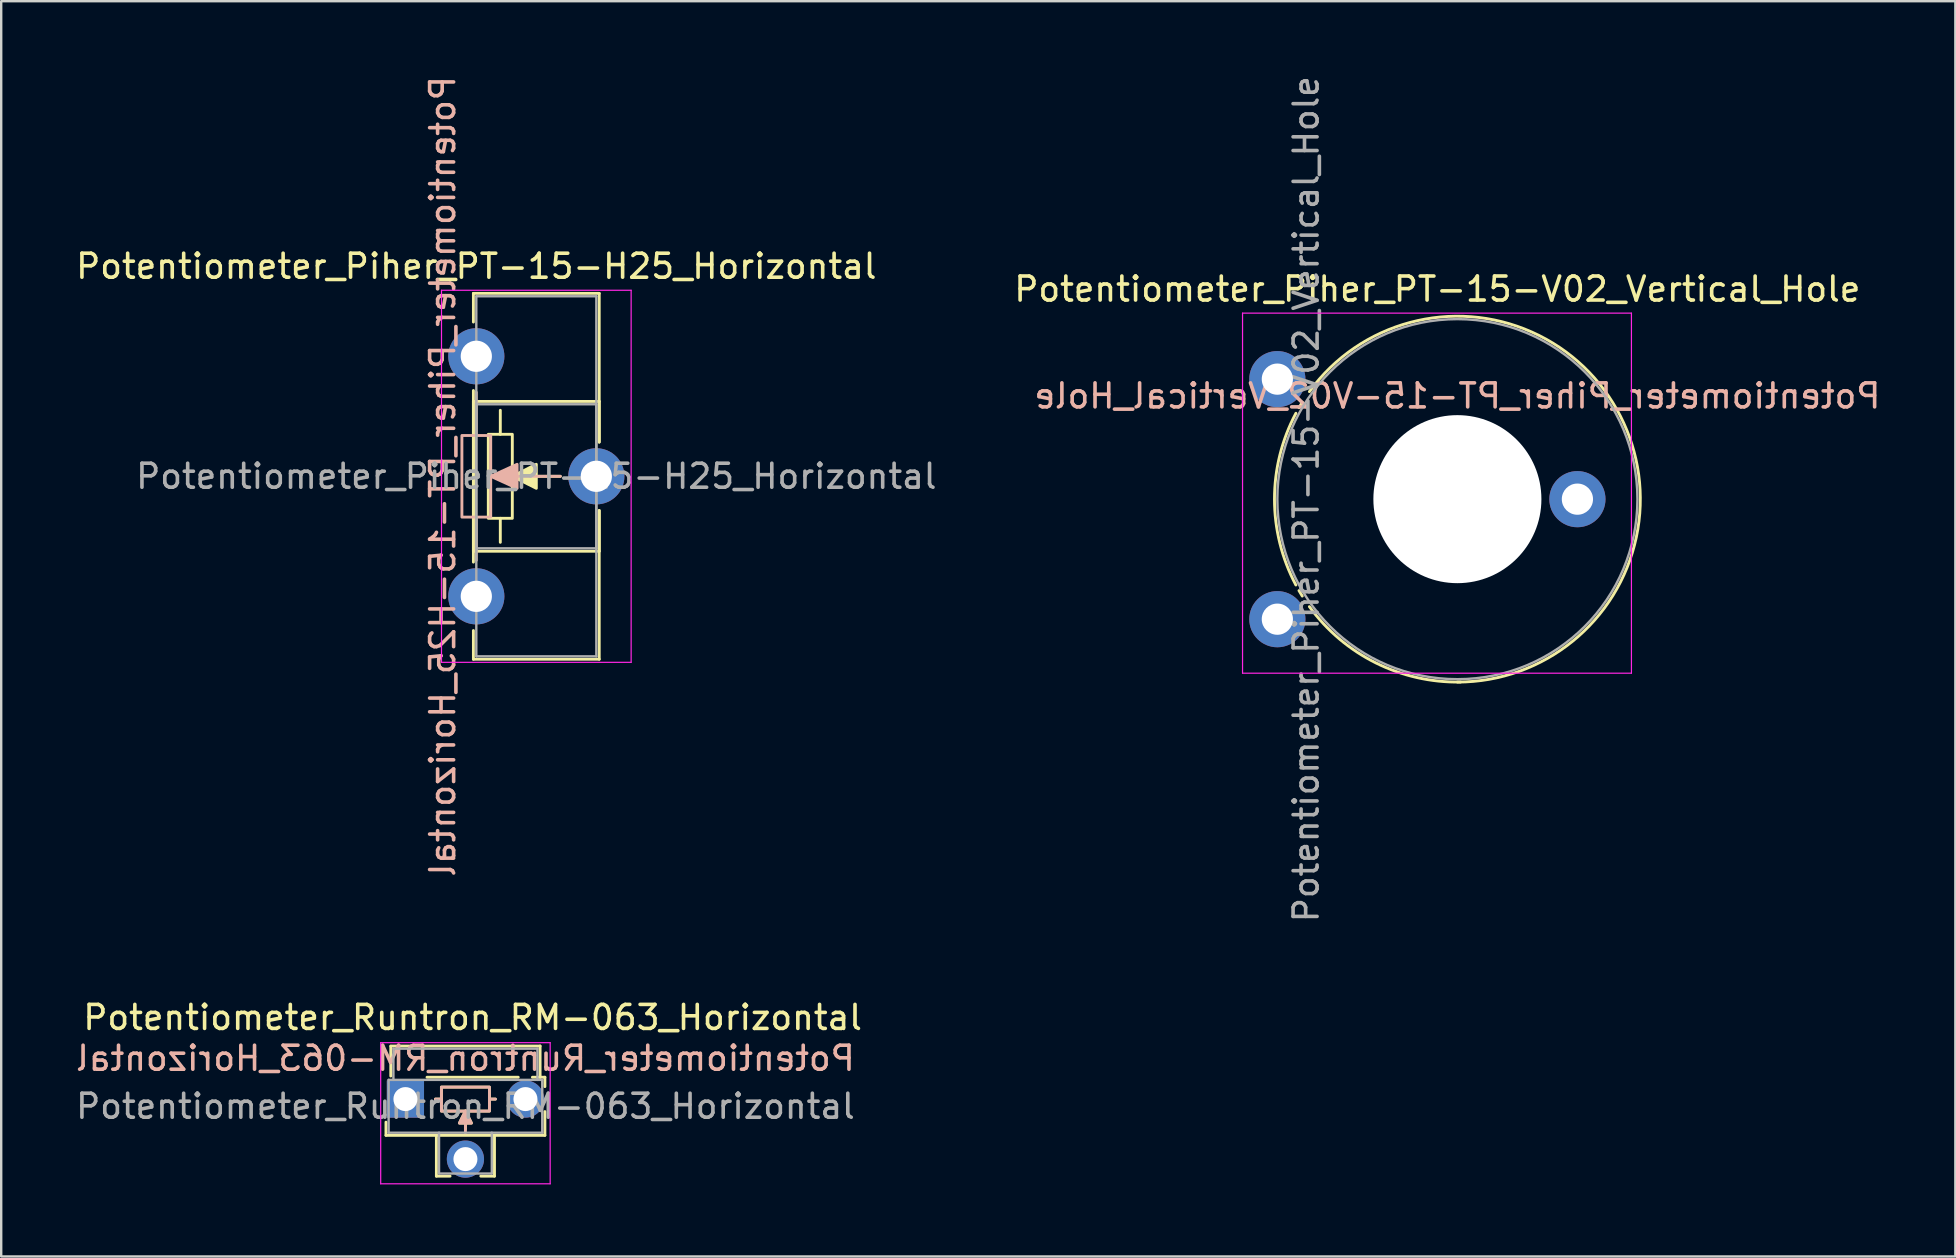
<source format=kicad_pcb>
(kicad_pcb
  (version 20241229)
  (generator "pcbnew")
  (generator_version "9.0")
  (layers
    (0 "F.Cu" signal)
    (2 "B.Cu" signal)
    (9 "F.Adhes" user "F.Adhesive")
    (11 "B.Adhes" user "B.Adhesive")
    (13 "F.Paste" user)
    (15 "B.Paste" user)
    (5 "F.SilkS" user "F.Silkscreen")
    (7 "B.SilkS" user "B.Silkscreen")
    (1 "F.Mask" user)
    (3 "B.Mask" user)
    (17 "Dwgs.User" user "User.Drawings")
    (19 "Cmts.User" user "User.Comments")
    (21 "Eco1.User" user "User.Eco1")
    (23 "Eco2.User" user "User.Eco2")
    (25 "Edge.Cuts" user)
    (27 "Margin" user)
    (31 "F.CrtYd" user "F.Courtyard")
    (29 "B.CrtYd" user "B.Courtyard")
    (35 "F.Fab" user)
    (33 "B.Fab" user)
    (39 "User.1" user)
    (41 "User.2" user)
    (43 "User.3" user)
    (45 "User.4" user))
  (footprint "Potentiometer_Piher_PT-15-H25_Horizontal"
    (layer "F.Cu")
    (at 16.792 11.792)
    (property "Reference" "Potentiometer_Piher_PT-15-H25_Horizontal" (at 0 -3.75 0) (layer "F.SilkS") (effects (font (size 1 1) (thickness 0.15))))
    (attr through_hole)
    (fp_line (start -0.121 -2.62) (end -0.121 -1.426) (stroke (width 0.12) (type solid)) (layer "F.SilkS"))
    (fp_line (start -0.121 -2.62) (end 5.12 -2.62) (stroke (width 0.12) (type solid)) (layer "F.SilkS"))
    (fp_line (start -0.121 1.426) (end -0.121 8.575) (stroke (width 0.12) (type solid)) (layer "F.SilkS"))
    (fp_line (start -0.121 1.88) (end -0.121 8.121) (stroke (width 0.12) (type solid)) (layer "F.SilkS"))
    (fp_line (start -0.121 1.88) (end 5.12 1.88) (stroke (width 0.12) (type solid)) (layer "F.SilkS"))
    (fp_line (start -0.121 8.121) (end 5.12 8.121) (stroke (width 0.12) (type solid)) (layer "F.SilkS"))
    (fp_line (start -0.121 11.425) (end -0.121 12.62) (stroke (width 0.12) (type solid)) (layer "F.SilkS"))
    (fp_line (start -0.121 12.62) (end 5.12 12.62) (stroke (width 0.12) (type solid)) (layer "F.SilkS"))
    (fp_line (start 1 3.25) (end 1 2.25) (stroke (width 0.12) (type solid)) (layer "F.SilkS"))
    (fp_line (start 1 6.75) (end 1 7.75) (stroke (width 0.12) (type solid)) (layer "F.SilkS"))
    (fp_line (start 3.5 5) (end 1.5 5) (stroke (width 0.12) (type solid)) (layer "F.SilkS"))
    (fp_line (start 5.12 -2.62) (end 5.12 3.575) (stroke (width 0.12) (type solid)) (layer "F.SilkS"))
    (fp_line (start 5.12 1.88) (end 5.12 3.575) (stroke (width 0.12) (type solid)) (layer "F.SilkS"))
    (fp_line (start 5.12 6.425) (end 5.12 8.121) (stroke (width 0.12) (type solid)) (layer "F.SilkS"))
    (fp_line (start 5.12 6.425) (end 5.12 12.62) (stroke (width 0.12) (type solid)) (layer "F.SilkS"))
    (fp_rect (start 0.5 3.25) (end 1.5 6.75) (stroke (width 0.12) (type solid)) (fill no) (layer "F.SilkS"))
    (fp_poly (pts (xy 2.5 5.5) (xy 1.5 5) (xy 2.5 4.5)) (stroke (width 0.12) (type solid)) (fill yes) (layer "F.SilkS"))
    (fp_line (start 0 3.3) (end 0 1.5) (stroke (width 0.12) (type solid)) (layer "B.SilkS"))
    (fp_line (start 0 6.7) (end 0 8.5) (stroke (width 0.12) (type solid)) (layer "B.SilkS"))
    (fp_line (start 3.5 5) (end 0.6 5) (stroke (width 0.12) (type solid)) (layer "B.SilkS"))
    (fp_rect (start -0.6 3.3) (end 0.6 6.7) (stroke (width 0.12) (type solid)) (fill no) (layer "B.SilkS"))
    (fp_poly (pts (xy 1.7 5.5) (xy 0.6 5) (xy 1.7 4.5)) (stroke (width 0.12) (type solid)) (fill yes) (layer "B.SilkS"))
    (fp_line (start -1.45 -2.75) (end -1.45 12.75) (stroke (width 0.05) (type solid)) (layer "F.CrtYd"))
    (fp_line (start -1.45 12.75) (end 6.45 12.75) (stroke (width 0.05) (type solid)) (layer "F.CrtYd"))
    (fp_line (start 6.45 -2.75) (end -1.45 -2.75) (stroke (width 0.05) (type solid)) (layer "F.CrtYd"))
    (fp_line (start 6.45 12.75) (end 6.45 -2.75) (stroke (width 0.05) (type solid)) (layer "F.CrtYd"))
    (fp_line (start 0 -2.5) (end 5 -2.5) (stroke (width 0.1) (type solid)) (layer "F.Fab"))
    (fp_line (start 0 2) (end 0 8) (stroke (width 0.1) (type solid)) (layer "F.Fab"))
    (fp_line (start 0 8) (end 5 8) (stroke (width 0.1) (type solid)) (layer "F.Fab"))
    (fp_line (start 0 12.5) (end 0 -2.5) (stroke (width 0.1) (type solid)) (layer "F.Fab"))
    (fp_line (start 5 -2.5) (end 5 12.5) (stroke (width 0.1) (type solid)) (layer "F.Fab"))
    (fp_line (start 5 2) (end 0 2) (stroke (width 0.1) (type solid)) (layer "F.Fab"))
    (fp_line (start 5 8) (end 5 2) (stroke (width 0.1) (type solid)) (layer "F.Fab"))
    (fp_line (start 5 12.5) (end 0 12.5) (stroke (width 0.1) (type solid)) (layer "F.Fab"))
    (fp_text user "${REFERENCE}" (at -1.4 5 90) (unlocked yes) (layer "B.SilkS") (effects (font (size 1 1) (thickness 0.15)) (justify mirror)))
    (fp_text user "${REFERENCE}" (at 2.5 5 0) (layer "F.Fab") (effects (font (size 1 1) (thickness 0.15))))
    (pad "1" thru_hole circle (at 0 0) (size 2.34 2.34) (drill 1.3) (layers "*.Cu" "*.Mask"))
    (pad "2" thru_hole circle (at 5 5) (size 2.34 2.34) (drill 1.3) (layers "*.Cu" "*.Mask"))
    (pad "3" thru_hole circle (at 0 10) (size 2.34 2.34) (drill 1.3) (layers "*.Cu" "*.Mask")))
  (footprint "Potentiometer_Piher_PT-15-V02_Vertical_Hole"
    (layer "F.Cu")
    (at 50.162 22.744)
    (property "Reference" "Potentiometer_Piher_PT-15-V02_Vertical_Hole" (at 6.665 -13.75 0) (layer "F.SilkS") (effects (font (size 1 1) (thickness 0.15))))
    (attr through_hole)
    (fp_arc (start 0.772013 -1.423856) (mid -0.119358 -5.001051) (end 0.773 -8.578) (stroke (width 0.12) (type solid)) (layer "F.SilkS"))
    (fp_arc (start 0.902012 -8.810055) (mid 0.969511 -8.924625) (end 1.039 -9.038) (stroke (width 0.12) (type solid)) (layer "F.SilkS"))
    (fp_arc (start 1.037952 -0.963019) (mid 0.968481 -1.076412) (end 0.901 -1.191) (stroke (width 0.12) (type solid)) (layer "F.SilkS"))
    (fp_arc (start 1.335291 -9.478924) (mid 14.28947 -8.459407) (end 7.5 2.62) (stroke (width 0.12) (type solid)) (layer "F.SilkS"))
    (fp_arc (start 7.632064 2.618548) (mid 4.099288 1.818715) (end 1.335 -0.522) (stroke (width 0.12) (type solid)) (layer "F.SilkS"))
    (fp_line (start -1.45 -12.75) (end -1.45 2.25) (stroke (width 0.05) (type solid)) (layer "F.CrtYd"))
    (fp_line (start -1.45 2.25) (end 14.75 2.25) (stroke (width 0.05) (type solid)) (layer "F.CrtYd"))
    (fp_line (start 14.75 -12.75) (end -1.45 -12.75) (stroke (width 0.05) (type solid)) (layer "F.CrtYd"))
    (fp_line (start 14.75 2.25) (end 14.75 -12.75) (stroke (width 0.05) (type solid)) (layer "F.CrtYd"))
    (fp_circle (center 7.5 -5) (end 15 -5) (stroke (width 0.1) (type solid)) (fill no) (layer "F.Fab"))
    (fp_text user "${REFERENCE}" (at 7.5 -9.3 0) (unlocked yes) (layer "B.SilkS") (effects (font (size 1 1) (thickness 0.15)) (justify mirror)))
    (fp_text user "${REFERENCE}" (at 1.2 -5 90) (layer "F.Fab") (effects (font (size 1 1) (thickness 0.15))))
    (pad "" np_thru_hole circle (at 7.5 -5) (size 7 7) (drill 7) (layers "*.Cu" "*.Mask"))
    (pad "1" thru_hole circle (at 0 0) (size 2.34 2.34) (drill 1.3) (layers "*.Cu" "*.Mask"))
    (pad "2" thru_hole circle (at 12.5 -5) (size 2.34 2.34) (drill 1.3) (layers "*.Cu" "*.Mask"))
    (pad "3" thru_hole circle (at 0 -10) (size 2.34 2.34) (drill 1.3) (layers "*.Cu" "*.Mask")))
  (footprint "Potentiometer_Runtron_RM-063_Horizontal"
    (layer "F.Cu")
    (at 13.839 42.736)
    (property "Reference" "Potentiometer_Runtron_RM-063_Horizontal" (at 2.8 -3.4 0) (layer "F.SilkS") (effects (font (size 1 1) (thickness 0.15))))
    (attr through_hole)
    (fp_line (start -0.81 0.96) (end -0.81 1.51) (stroke (width 0.12) (type solid)) (layer "F.SilkS"))
    (fp_line (start -0.81 1.51) (end 5.81 1.51) (stroke (width 0.12) (type solid)) (layer "F.SilkS"))
    (fp_line (start -0.61 -2.21) (end 5.61 -2.21) (stroke (width 0.12) (type solid)) (layer "F.SilkS"))
    (fp_line (start -0.61 -0.96) (end -0.61 -2.2) (stroke (width 0.12) (type solid)) (layer "F.SilkS"))
    (fp_line (start 0.9 -0.91) (end 4.7 -0.91) (stroke (width 0.12) (type solid)) (layer "F.SilkS"))
    (fp_line (start 1.29 1.51) (end 1.29 3.21) (stroke (width 0.12) (type solid)) (layer "F.SilkS"))
    (fp_line (start 1.29 3.21) (end 1.86 3.21) (stroke (width 0.12) (type solid)) (layer "F.SilkS"))
    (fp_line (start 1.5 0) (end 1.25 0) (stroke (width 0.12) (type solid)) (layer "F.SilkS"))
    (fp_line (start 2.5 0.5) (end 2.5 1.25) (stroke (width 0.12) (type solid)) (layer "F.SilkS"))
    (fp_line (start 3.14 3.21) (end 3.71 3.21) (stroke (width 0.12) (type solid)) (layer "F.SilkS"))
    (fp_line (start 3.5 0) (end 3.75 0) (stroke (width 0.12) (type solid)) (layer "F.SilkS"))
    (fp_line (start 3.71 1.51) (end 3.71 3.21) (stroke (width 0.12) (type solid)) (layer "F.SilkS"))
    (fp_line (start 5.29 -0.91) (end 5.81 -0.91) (stroke (width 0.12) (type solid)) (layer "F.SilkS"))
    (fp_line (start 5.61 -2.21) (end 5.61 -0.91) (stroke (width 0.12) (type solid)) (layer "F.SilkS"))
    (fp_line (start 5.81 -0.91) (end 5.81 -0.52) (stroke (width 0.12) (type solid)) (layer "F.SilkS"))
    (fp_line (start 5.81 1.51) (end 5.81 0.52) (stroke (width 0.12) (type solid)) (layer "F.SilkS"))
    (fp_rect (start 1.5 -0.5) (end 3.5 0.5) (stroke (width 0.12) (type solid)) (fill no) (layer "F.SilkS"))
    (fp_poly (pts (xy 2.75 1) (xy 2.25 1) (xy 2.5 0.5)) (stroke (width 0.12) (type solid)) (fill yes) (layer "F.SilkS"))
    (fp_line (start 1.25 0) (end 1.5 0) (stroke (width 0.12) (type solid)) (layer "B.SilkS"))
    (fp_line (start 2.5 1.4) (end 2.5 0.5) (stroke (width 0.12) (type solid)) (layer "B.SilkS"))
    (fp_line (start 3.75 0) (end 3.5 0) (stroke (width 0.12) (type solid)) (layer "B.SilkS"))
    (fp_rect (start 1.5 -0.5) (end 3.5 0.5) (stroke (width 0.12) (type solid)) (fill no) (layer "B.SilkS"))
    (fp_poly (pts (xy 2.75 1) (xy 2.25 1) (xy 2.5 0.5)) (stroke (width 0.12) (type solid)) (fill yes) (layer "B.SilkS"))
    (fp_line (start -1.03 -2.35) (end -1.03 3.53) (stroke (width 0.05) (type solid)) (layer "F.CrtYd"))
    (fp_line (start -1.03 -2.35) (end 6.03 -2.35) (stroke (width 0.05) (type solid)) (layer "F.CrtYd"))
    (fp_line (start 6.03 3.53) (end -1.03 3.53) (stroke (width 0.05) (type solid)) (layer "F.CrtYd"))
    (fp_line (start 6.03 3.53) (end 6.03 -2.35) (stroke (width 0.05) (type solid)) (layer "F.CrtYd"))
    (fp_line (start -0.7 -0.8) (end -0.7 1.4) (stroke (width 0.1) (type solid)) (layer "F.Fab"))
    (fp_line (start -0.5 -2.1) (end 5.5 -2.1) (stroke (width 0.1) (type solid)) (layer "F.Fab"))
    (fp_line (start -0.5 -0.8) (end -0.5 -2.1) (stroke (width 0.1) (type solid)) (layer "F.Fab"))
    (fp_line (start 1.4 3.1) (end 1.4 1.4) (stroke (width 0.1) (type solid)) (layer "F.Fab"))
    (fp_line (start 3.6 1.4) (end 3.6 3.1) (stroke (width 0.1) (type solid)) (layer "F.Fab"))
    (fp_line (start 3.6 3.1) (end 1.4 3.1) (stroke (width 0.1) (type solid)) (layer "F.Fab"))
    (fp_line (start 5.5 -0.8) (end 5.5 -2.1) (stroke (width 0.1) (type solid)) (layer "F.Fab"))
    (fp_line (start 5.7 -0.8) (end -0.7 -0.8) (stroke (width 0.1) (type solid)) (layer "F.Fab"))
    (fp_line (start 5.7 1.4) (end -0.7 1.4) (stroke (width 0.1) (type solid)) (layer "F.Fab"))
    (fp_line (start 5.7 1.4) (end 5.7 -0.8) (stroke (width 0.1) (type solid)) (layer "F.Fab"))
    (fp_text user "${REFERENCE}" (at 2.5 -1.7 0) (unlocked yes) (layer "B.SilkS") (effects (font (size 1 1) (thickness 0.15)) (justify mirror)))
    (fp_text user "${REFERENCE}" (at 2.5 0.3 0) (layer "F.Fab") (effects (font (size 1 1) (thickness 0.15))))
    (pad "1" thru_hole rect (at 0 0) (size 1.55 1.55) (drill 1) (layers "*.Cu" "*.Mask"))
    (pad "2" thru_hole circle (at 2.5 2.5) (size 1.55 1.55) (drill 1) (layers "*.Cu" "*.Mask"))
    (pad "3" thru_hole circle (at 5 0) (size 1.55 1.55) (drill 1) (layers "*.Cu" "*.Mask")))
  (gr_rect
    (start -3 -3)
    (end 78.406 49.291)
    (stroke (width 0.1) (type default))
    (fill no)
    (layer "Edge.Cuts")))
</source>
